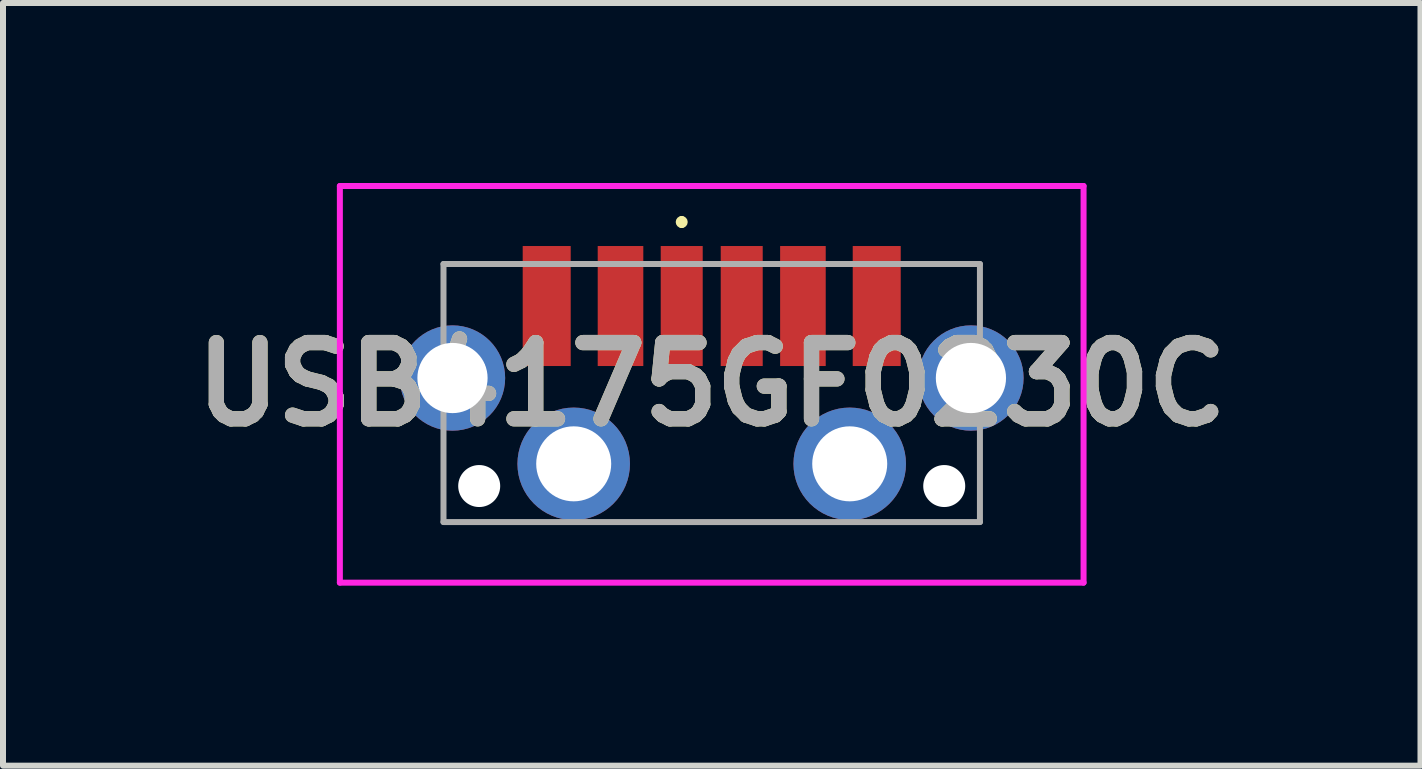
<source format=kicad_pcb>
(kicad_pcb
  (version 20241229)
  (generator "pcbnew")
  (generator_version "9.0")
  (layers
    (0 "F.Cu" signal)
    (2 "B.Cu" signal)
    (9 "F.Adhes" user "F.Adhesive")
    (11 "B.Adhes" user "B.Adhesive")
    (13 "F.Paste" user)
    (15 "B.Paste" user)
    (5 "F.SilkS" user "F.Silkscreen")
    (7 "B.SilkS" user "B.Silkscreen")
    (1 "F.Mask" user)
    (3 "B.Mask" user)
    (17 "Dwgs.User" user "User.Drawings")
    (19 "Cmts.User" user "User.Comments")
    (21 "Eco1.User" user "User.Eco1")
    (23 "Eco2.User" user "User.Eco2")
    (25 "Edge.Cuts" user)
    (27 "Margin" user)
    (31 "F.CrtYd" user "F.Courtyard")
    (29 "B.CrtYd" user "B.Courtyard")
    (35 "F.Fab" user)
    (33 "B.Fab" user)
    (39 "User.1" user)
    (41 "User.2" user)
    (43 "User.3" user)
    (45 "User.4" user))
  (footprint "USB4175GF0230C"
    (layer "F.Cu")
    (at 8.811 3.5)
    (property "Reference" "USB4175GF0230C" (at 0 -0.145 0) (layer "F.SilkS") (effects (font (size 1.27 1.27) (thickness 0.254))))
    (attr through_hole)
    (fp_line (start -0.5 -2.9) (end -0.5 -2.9) (stroke (width 0.1) (type solid)) (layer "F.SilkS"))
    (fp_line (start -0.5 -2.8) (end -0.5 -2.8) (stroke (width 0.1) (type solid)) (layer "F.SilkS"))
    (fp_arc (start -0.5 -2.9) (mid -0.45 -2.85) (end -0.5 -2.8) (stroke (width 0.1) (type solid)) (layer "F.SilkS"))
    (fp_arc (start -0.5 -2.8) (mid -0.55 -2.85) (end -0.5 -2.9) (stroke (width 0.1) (type solid)) (layer "F.SilkS"))
    (fp_line (start -6.197 -3.45) (end 6.197 -3.45) (stroke (width 0.1) (type solid)) (layer "F.CrtYd"))
    (fp_line (start -6.197 3.16) (end -6.197 -3.45) (stroke (width 0.1) (type solid)) (layer "F.CrtYd"))
    (fp_line (start 6.197 -3.45) (end 6.197 3.16) (stroke (width 0.1) (type solid)) (layer "F.CrtYd"))
    (fp_line (start 6.197 3.16) (end -6.197 3.16) (stroke (width 0.1) (type solid)) (layer "F.CrtYd"))
    (fp_line (start -4.47 -2.15) (end 4.47 -2.15) (stroke (width 0.1) (type solid)) (layer "F.Fab"))
    (fp_line (start -4.47 2.15) (end -4.47 -2.15) (stroke (width 0.1) (type solid)) (layer "F.Fab"))
    (fp_line (start 4.47 -2.15) (end 4.47 2.15) (stroke (width 0.1) (type solid)) (layer "F.Fab"))
    (fp_line (start 4.47 2.15) (end -4.47 2.15) (stroke (width 0.1) (type solid)) (layer "F.Fab"))
    (fp_text user "${REFERENCE}" (at 0 -0.145 0) (layer "F.Fab") (effects (font (size 1.27 1.27) (thickness 0.254))))
    (pad "" np_thru_hole circle (at -3.875 1.55) (size 0.7 0.7) (drill 0.7) (layers "*.Cu" "*.Mask"))
    (pad "" np_thru_hole circle (at 3.875 1.55) (size 0.7 0.7) (drill 0.7) (layers "*.Cu" "*.Mask"))
    (pad "1" thru_hole circle (at -4.32 -0.25) (size 1.755 1.755) (drill 1.17) (layers "*.Cu" "*.Mask"))
    (pad "2" thru_hole circle (at 4.32 -0.25) (size 1.755 1.755) (drill 1.17) (layers "*.Cu" "*.Mask"))
    (pad "3" thru_hole circle (at -2.3 1.18) (size 1.875 1.875) (drill 1.25) (layers "*.Cu" "*.Mask"))
    (pad "4" thru_hole circle (at 2.3 1.18) (size 1.875 1.875) (drill 1.25) (layers "*.Cu" "*.Mask"))
    (pad "A5" smd rect (at -0.5 -1.45) (size 0.7 2) (layers "F.Cu" "F.Mask" "F.Paste"))
    (pad "A9" smd rect (at 1.52 -1.45) (size 0.76 2) (layers "F.Cu" "F.Mask" "F.Paste"))
    (pad "A12" smd rect (at 2.75 -1.45) (size 0.8 2) (layers "F.Cu" "F.Mask" "F.Paste"))
    (pad "B5" smd rect (at 0.5 -1.45) (size 0.7 2) (layers "F.Cu" "F.Mask" "F.Paste"))
    (pad "B9" smd rect (at -1.52 -1.45) (size 0.76 2) (layers "F.Cu" "F.Mask" "F.Paste"))
    (pad "B12" smd rect (at -2.75 -1.45) (size 0.8 2) (layers "F.Cu" "F.Mask" "F.Paste")))
  (gr_rect
    (start -3 -3)
    (end 20.623 9.71)
    (stroke (width 0.1) (type default))
    (fill no)
    (layer "Edge.Cuts")))
</source>
